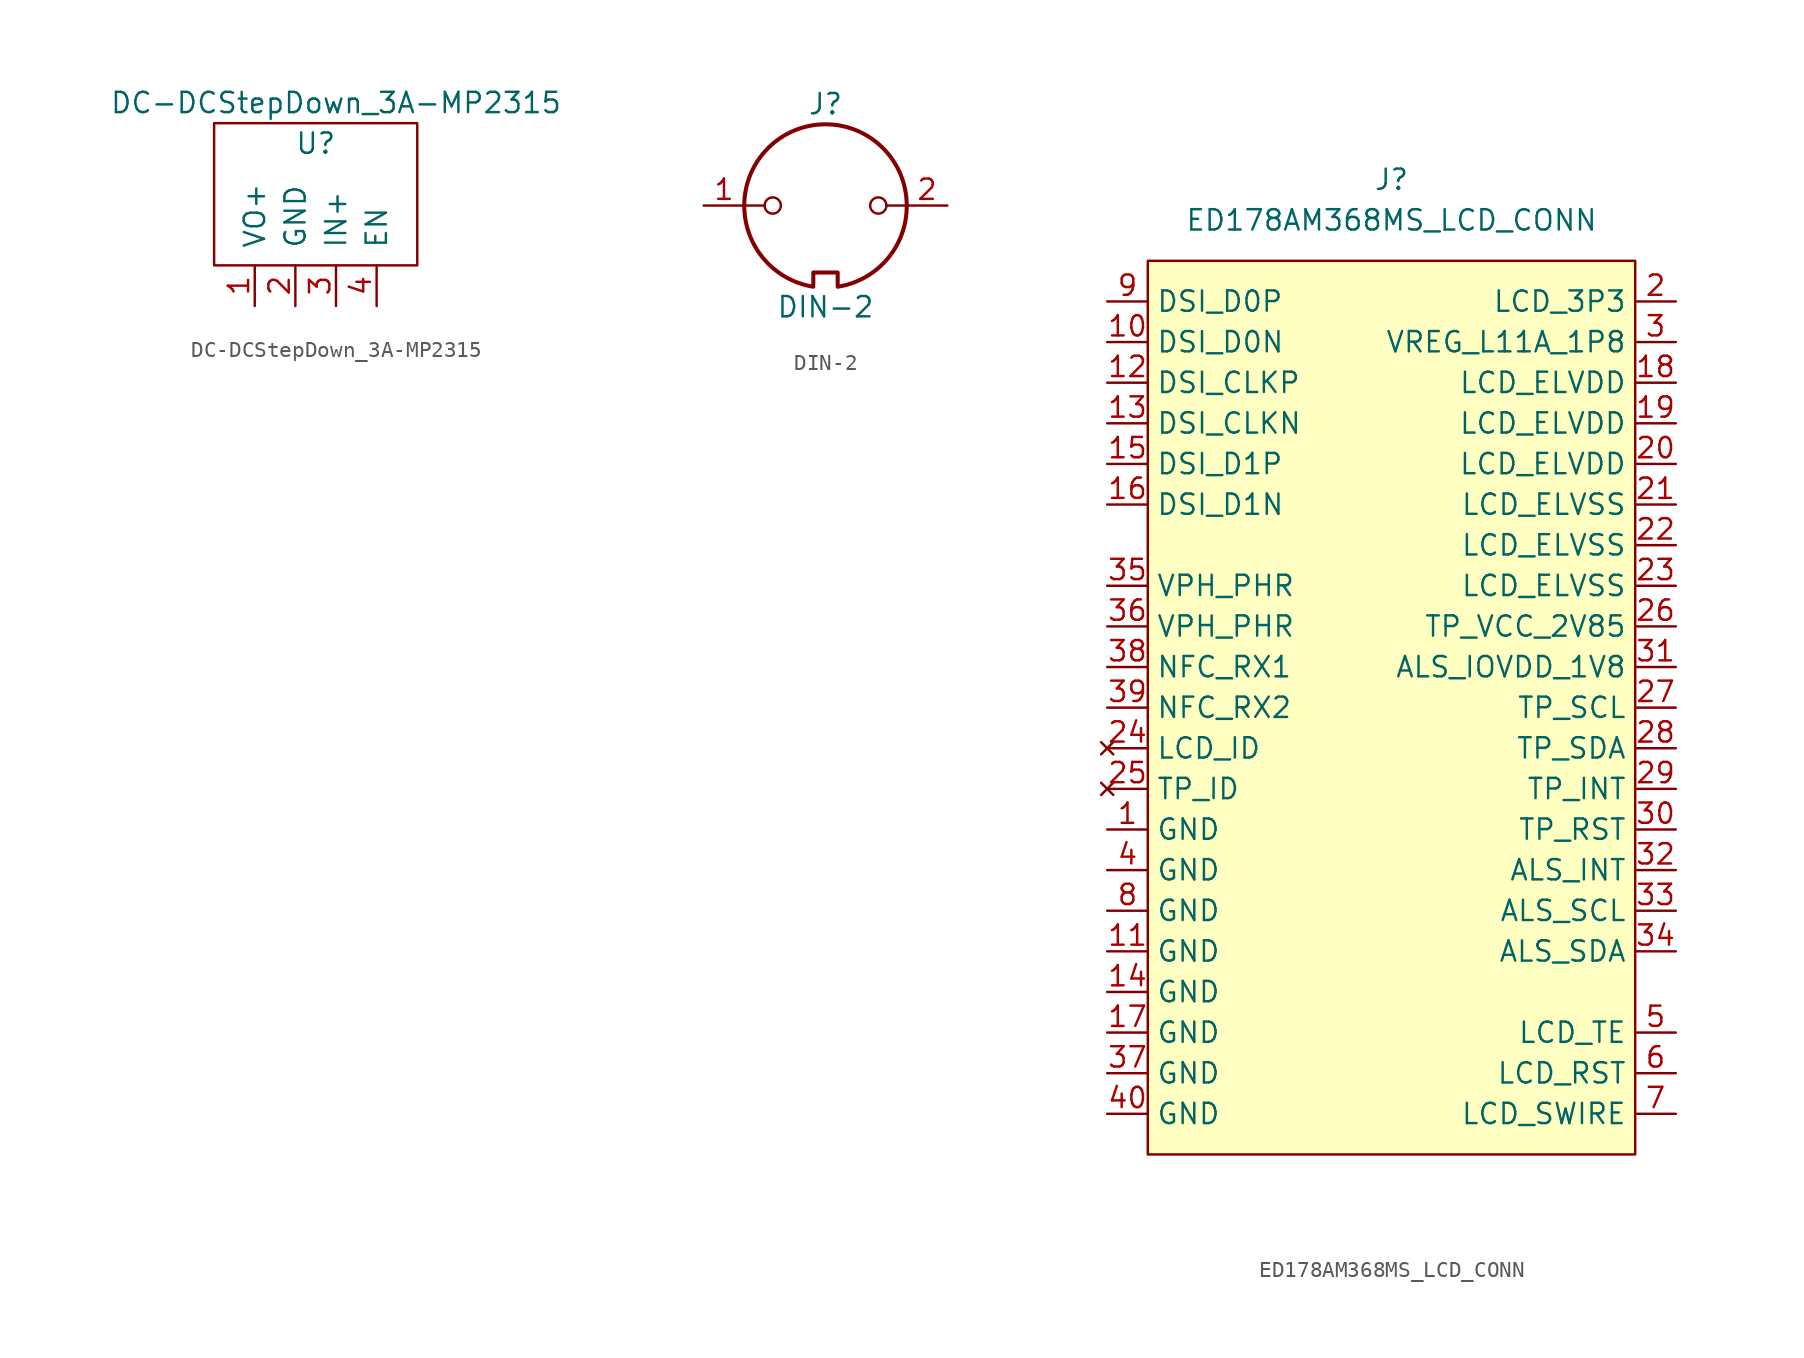
<source format=kicad_sym>
(kicad_symbol_lib
  (version 20220914)
  (generator kicad_symbol_editor)
  (symbol "DC-DCStepDown_3A-MP2315"
    (pin_names
      (offset 1.016))
    (property "Reference" "U"
      (at 0 2.54 0)
      (effects (font (size 1.27 1.27))))
    (property "Value" "DC-DCStepDown_3A-MP2315"
      (at 1.27 5.08 0)
      (effects (font (size 1.27 1.27))))
    (symbol "DC-DCStepDown_3A-MP2315_0_1"
      (rectangle (start -6.35 -5.08) (end 6.35 3.81) (stroke (width 0) (type default)) (fill (type none))))
    (symbol "DC-DCStepDown_3A-MP2315_1_1"
      (pin input line (at -3.81 -7.62 90) (length 2.54) (name "VO+" (effects (font (size 1.27 1.27)))) (number "1" (effects (font (size 1.27 1.27)))))
      (pin input line (at -1.27 -7.62 90) (length 2.54) (name "GND" (effects (font (size 1.27 1.27)))) (number "2" (effects (font (size 1.27 1.27)))))
      (pin input line (at 1.27 -7.62 90) (length 2.54) (name "IN+" (effects (font (size 1.27 1.27)))) (number "3" (effects (font (size 1.27 1.27)))))
      (pin input line (at 3.81 -7.62 90) (length 2.54) (name "EN" (effects (font (size 1.27 1.27)))) (number "4" (effects (font (size 1.27 1.27)))))))
  (symbol "DIN-2"
    (pin_names
      (offset 1.016))
    (property "Reference" "J"
      (at 0 6.35 0)
      (effects (font (size 1.27 1.27))))
    (property "Value" "DIN-2"
      (at 0 -6.35 0)
      (effects (font (size 1.27 1.27))))
    (symbol "DIN-2_0_1"
      (arc (start -5.08 0) (mid -3.8609 -3.3364) (end -0.762 -5.08) (stroke (width 0.254) (type default)) (fill (type none)))
      (circle (center -3.302 0) (radius 0.508) (stroke (width 0) (type default)) (fill (type none)))
      (polyline (pts (xy -3.81 0) (xy -5.08 0)) (stroke (width 0) (type default)) (fill (type none)))
      (polyline (pts (xy 5.08 0) (xy 3.81 0)) (stroke (width 0) (type default)) (fill (type none)))
      (polyline (pts (xy -0.762 -4.953) (xy -0.762 -4.191) (xy 0.762 -4.191) (xy 0.762 -4.953)) (stroke (width 0.254) (type default)) (fill (type none)))
      (arc (start 0.762 -5.08) (mid 3.8685 -3.343) (end 5.08 0) (stroke (width 0.254) (type default)) (fill (type none)))
      (circle (center 3.302 0) (radius 0.508) (stroke (width 0) (type default)) (fill (type none)))
      (arc (start 5.08 0) (mid 0 5.0579) (end -5.08 0) (stroke (width 0.254) (type default)) (fill (type none))))
    (symbol "DIN-2_1_1"
      (pin passive line (at -7.62 0 0) (length 2.54) (name "~" (effects (font (size 1.27 1.27)))) (number "1" (effects (font (size 1.27 1.27)))))
      (pin passive line (at 7.62 0 180) (length 2.54) (name "~" (effects (font (size 1.27 1.27)))) (number "2" (effects (font (size 1.27 1.27)))))))
  (symbol "ED178AM368MS_LCD_CONN"
    (property "Reference" "J"
      (at 0 33.02 0)
      (effects (font (size 1.27 1.27))))
    (property "Value" "ED178AM368MS_LCD_CONN"
      (at 0 30.48 0)
      (effects (font (size 1.27 1.27))))
    (symbol "ED178AM368MS_LCD_CONN_0_0"
      (pin unspecified line (at -17.78 -7.62 0) (length 2.54) (name "GND" (effects (font (size 1.27 1.27)))) (number "1" (effects (font (size 1.27 1.27)))))
      (pin unspecified line (at -17.78 22.86 0) (length 2.54) (name "DSI_D0N" (effects (font (size 1.27 1.27)))) (number "10" (effects (font (size 1.27 1.27)))))
      (pin unspecified line (at -17.78 -15.24 0) (length 2.54) (name "GND" (effects (font (size 1.27 1.27)))) (number "11" (effects (font (size 1.27 1.27)))))
      (pin unspecified line (at -17.78 20.32 0) (length 2.54) (name "DSI_CLKP" (effects (font (size 1.27 1.27)))) (number "12" (effects (font (size 1.27 1.27)))))
      (pin unspecified line (at -17.78 17.78 0) (length 2.54) (name "DSI_CLKN" (effects (font (size 1.27 1.27)))) (number "13" (effects (font (size 1.27 1.27)))))
      (pin unspecified line (at -17.78 -17.78 0) (length 2.54) (name "GND" (effects (font (size 1.27 1.27)))) (number "14" (effects (font (size 1.27 1.27)))))
      (pin unspecified line (at -17.78 15.24 0) (length 2.54) (name "DSI_D1P" (effects (font (size 1.27 1.27)))) (number "15" (effects (font (size 1.27 1.27)))))
      (pin unspecified line (at -17.78 12.7 0) (length 2.54) (name "DSI_D1N" (effects (font (size 1.27 1.27)))) (number "16" (effects (font (size 1.27 1.27)))))
      (pin unspecified line (at -17.78 -20.32 0) (length 2.54) (name "GND" (effects (font (size 1.27 1.27)))) (number "17" (effects (font (size 1.27 1.27)))))
      (pin unspecified line (at 17.78 20.32 180) (length 2.54) (name "LCD_ELVDD" (effects (font (size 1.27 1.27)))) (number "18" (effects (font (size 1.27 1.27)))))
      (pin unspecified line (at 17.78 17.78 180) (length 2.54) (name "LCD_ELVDD" (effects (font (size 1.27 1.27)))) (number "19" (effects (font (size 1.27 1.27)))))
      (pin unspecified line (at 17.78 25.4 180) (length 2.54) (name "LCD_3P3" (effects (font (size 1.27 1.27)))) (number "2" (effects (font (size 1.27 1.27)))))
      (pin unspecified line (at 17.78 15.24 180) (length 2.54) (name "LCD_ELVDD" (effects (font (size 1.27 1.27)))) (number "20" (effects (font (size 1.27 1.27)))))
      (pin unspecified line (at 17.78 12.7 180) (length 2.54) (name "LCD_ELVSS" (effects (font (size 1.27 1.27)))) (number "21" (effects (font (size 1.27 1.27)))))
      (pin unspecified line (at 17.78 10.16 180) (length 2.54) (name "LCD_ELVSS" (effects (font (size 1.27 1.27)))) (number "22" (effects (font (size 1.27 1.27)))))
      (pin unspecified line (at 17.78 7.62 180) (length 2.54) (name "LCD_ELVSS" (effects (font (size 1.27 1.27)))) (number "23" (effects (font (size 1.27 1.27)))))
      (pin no_connect line (at -17.78 -2.54 0) (length 2.54) (name "LCD_ID" (effects (font (size 1.27 1.27)))) (number "24" (effects (font (size 1.27 1.27)))))
      (pin no_connect line (at -17.78 -5.08 0) (length 2.54) (name "TP_ID" (effects (font (size 1.27 1.27)))) (number "25" (effects (font (size 1.27 1.27)))))
      (pin unspecified line (at 17.78 5.08 180) (length 2.54) (name "TP_VCC_2V85" (effects (font (size 1.27 1.27)))) (number "26" (effects (font (size 1.27 1.27)))))
      (pin unspecified line (at 17.78 0 180) (length 2.54) (name "TP_SCL" (effects (font (size 1.27 1.27)))) (number "27" (effects (font (size 1.27 1.27)))))
      (pin unspecified line (at 17.78 -2.54 180) (length 2.54) (name "TP_SDA" (effects (font (size 1.27 1.27)))) (number "28" (effects (font (size 1.27 1.27)))))
      (pin unspecified line (at 17.78 -5.08 180) (length 2.54) (name "TP_INT" (effects (font (size 1.27 1.27)))) (number "29" (effects (font (size 1.27 1.27)))))
      (pin unspecified line (at 17.78 22.86 180) (length 2.54) (name "VREG_L11A_1P8" (effects (font (size 1.27 1.27)))) (number "3" (effects (font (size 1.27 1.27)))))
      (pin unspecified line (at 17.78 -7.62 180) (length 2.54) (name "TP_RST" (effects (font (size 1.27 1.27)))) (number "30" (effects (font (size 1.27 1.27)))))
      (pin unspecified line (at 17.78 2.54 180) (length 2.54) (name "ALS_IOVDD_1V8" (effects (font (size 1.27 1.27)))) (number "31" (effects (font (size 1.27 1.27)))))
      (pin unspecified line (at 17.78 -10.16 180) (length 2.54) (name "ALS_INT" (effects (font (size 1.27 1.27)))) (number "32" (effects (font (size 1.27 1.27)))))
      (pin unspecified line (at 17.78 -12.7 180) (length 2.54) (name "ALS_SCL" (effects (font (size 1.27 1.27)))) (number "33" (effects (font (size 1.27 1.27)))))
      (pin unspecified line (at 17.78 -15.24 180) (length 2.54) (name "ALS_SDA" (effects (font (size 1.27 1.27)))) (number "34" (effects (font (size 1.27 1.27)))))
      (pin unspecified line (at -17.78 7.62 0) (length 2.54) (name "VPH_PHR" (effects (font (size 1.27 1.27)))) (number "35" (effects (font (size 1.27 1.27)))))
      (pin unspecified line (at -17.78 5.08 0) (length 2.54) (name "VPH_PHR" (effects (font (size 1.27 1.27)))) (number "36" (effects (font (size 1.27 1.27)))))
      (pin unspecified line (at -17.78 -22.86 0) (length 2.54) (name "GND" (effects (font (size 1.27 1.27)))) (number "37" (effects (font (size 1.27 1.27)))))
      (pin unspecified line (at -17.78 2.54 0) (length 2.54) (name "NFC_RX1" (effects (font (size 1.27 1.27)))) (number "38" (effects (font (size 1.27 1.27)))))
      (pin unspecified line (at -17.78 0 0) (length 2.54) (name "NFC_RX2" (effects (font (size 1.27 1.27)))) (number "39" (effects (font (size 1.27 1.27)))))
      (pin unspecified line (at -17.78 -10.16 0) (length 2.54) (name "GND" (effects (font (size 1.27 1.27)))) (number "4" (effects (font (size 1.27 1.27)))))
      (pin unspecified line (at -17.78 -25.4 0) (length 2.54) (name "GND" (effects (font (size 1.27 1.27)))) (number "40" (effects (font (size 1.27 1.27)))))
      (pin unspecified line (at 17.78 -20.32 180) (length 2.54) (name "LCD_TE" (effects (font (size 1.27 1.27)))) (number "5" (effects (font (size 1.27 1.27)))))
      (pin unspecified line (at 17.78 -22.86 180) (length 2.54) (name "LCD_RST" (effects (font (size 1.27 1.27)))) (number "6" (effects (font (size 1.27 1.27)))))
      (pin unspecified line (at 17.78 -25.4 180) (length 2.54) (name "LCD_SWIRE" (effects (font (size 1.27 1.27)))) (number "7" (effects (font (size 1.27 1.27)))))
      (pin unspecified line (at -17.78 -12.7 0) (length 2.54) (name "GND" (effects (font (size 1.27 1.27)))) (number "8" (effects (font (size 1.27 1.27)))))
      (pin unspecified line (at -17.78 25.4 0) (length 2.54) (name "DSI_D0P" (effects (font (size 1.27 1.27)))) (number "9" (effects (font (size 1.27 1.27))))))
    (symbol "ED178AM368MS_LCD_CONN_0_1"
      (rectangle (start -15.24 27.94) (end 15.24 -27.94) (stroke (width 0.152) (type default)) (fill (type background))))))
</source>
